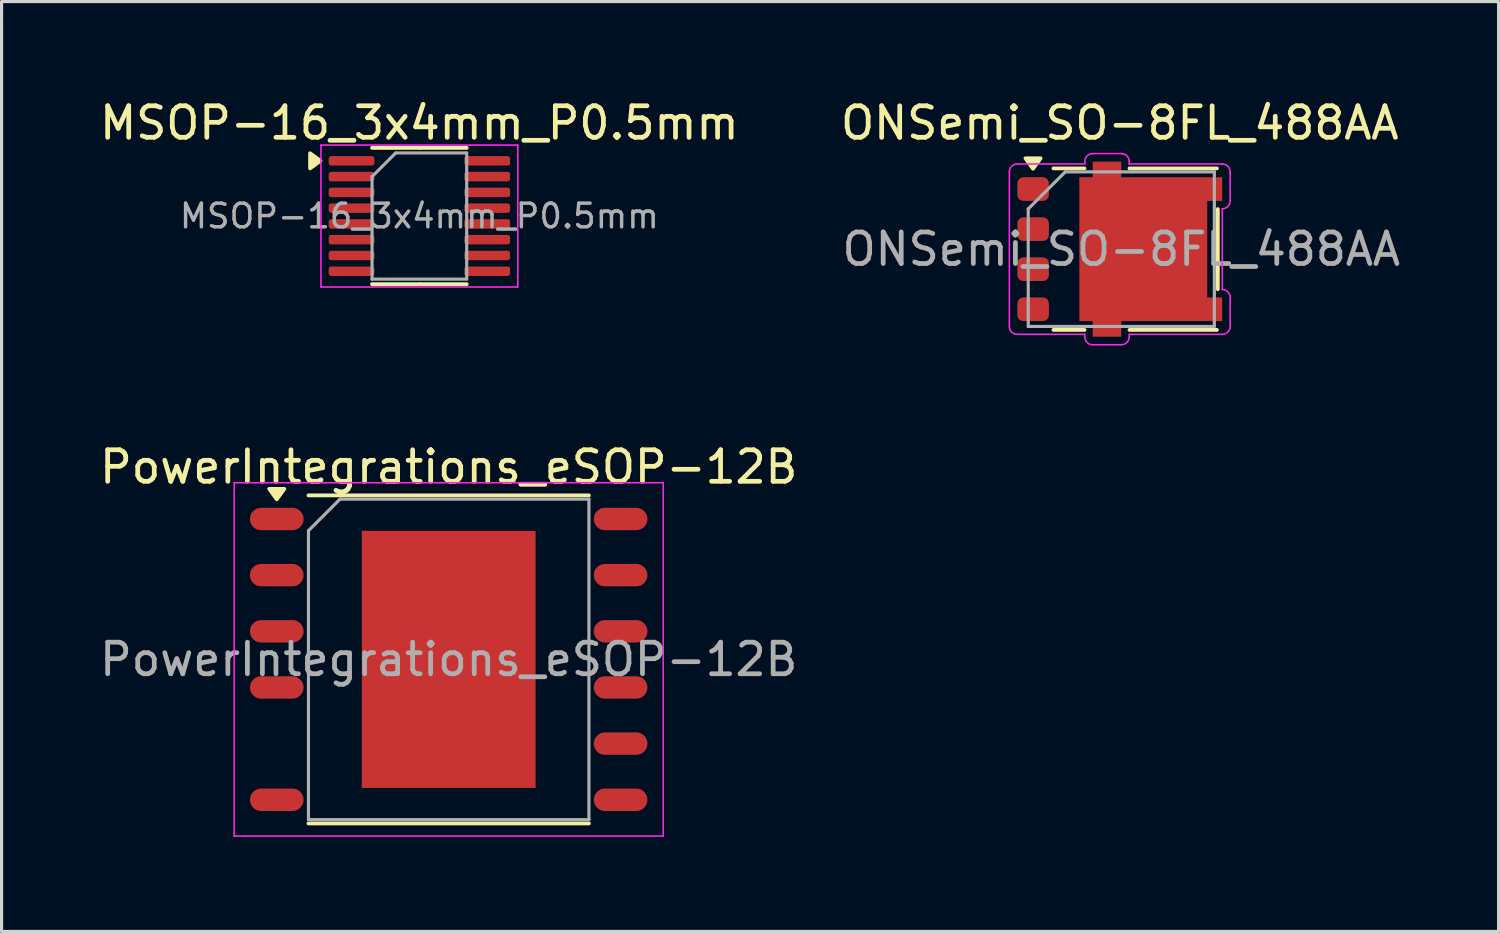
<source format=kicad_pcb>
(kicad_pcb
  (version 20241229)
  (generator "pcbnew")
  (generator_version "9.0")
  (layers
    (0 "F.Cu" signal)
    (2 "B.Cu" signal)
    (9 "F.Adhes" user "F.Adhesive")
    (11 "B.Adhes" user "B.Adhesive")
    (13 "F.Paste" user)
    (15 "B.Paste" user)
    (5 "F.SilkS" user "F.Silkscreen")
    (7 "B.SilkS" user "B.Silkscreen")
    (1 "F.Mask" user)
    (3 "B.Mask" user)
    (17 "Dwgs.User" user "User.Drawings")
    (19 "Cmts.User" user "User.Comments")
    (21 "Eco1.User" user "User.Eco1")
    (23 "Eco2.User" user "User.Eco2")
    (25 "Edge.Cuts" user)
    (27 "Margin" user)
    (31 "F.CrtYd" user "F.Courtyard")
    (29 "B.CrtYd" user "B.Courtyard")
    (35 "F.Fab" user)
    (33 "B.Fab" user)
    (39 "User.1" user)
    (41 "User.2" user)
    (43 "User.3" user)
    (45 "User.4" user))
  (footprint "PowerIntegrations_eSOP-12B"
    (layer "F.Cu")
    (at 11.173 17.852)
    (property "Reference" "PowerIntegrations_eSOP-12B" (at 0 -6.1 0) (layer "F.SilkS") (effects (font (size 1 1) (thickness 0.15))))
    (attr smd)
    (fp_line (start -4.445 -5.2) (end 4.445 -5.2) (stroke (width 0.12) (type solid)) (layer "F.SilkS"))
    (fp_line (start -4.445 5.2) (end 4.445 5.2) (stroke (width 0.12) (type solid)) (layer "F.SilkS"))
    (fp_poly (pts (xy -5.45 -5.075) (xy -5.21 -5.405) (xy -5.69 -5.405) (xy -5.45 -5.075)) (stroke (width 0.12) (type solid)) (fill yes) (layer "F.SilkS"))
    (fp_line (start -6.8 -5.6) (end 6.8 -5.6) (stroke (width 0.05) (type solid)) (layer "F.CrtYd"))
    (fp_line (start -6.8 5.6) (end -6.8 -5.6) (stroke (width 0.05) (type solid)) (layer "F.CrtYd"))
    (fp_line (start 6.8 -5.6) (end 6.8 5.6) (stroke (width 0.05) (type solid)) (layer "F.CrtYd"))
    (fp_line (start 6.8 5.6) (end -6.8 5.6) (stroke (width 0.05) (type solid)) (layer "F.CrtYd"))
    (fp_line (start -4.445 -4.08) (end -4.445 5.08) (stroke (width 0.1) (type solid)) (layer "F.Fab"))
    (fp_line (start -4.445 -4.08) (end -3.445 -5.08) (stroke (width 0.1) (type solid)) (layer "F.Fab"))
    (fp_line (start -4.445 5.08) (end 4.445 5.08) (stroke (width 0.1) (type solid)) (layer "F.Fab"))
    (fp_line (start 4.445 -5.08) (end -3.445 -5.08) (stroke (width 0.1) (type solid)) (layer "F.Fab"))
    (fp_line (start 4.445 5.08) (end 4.445 -5.08) (stroke (width 0.1) (type solid)) (layer "F.Fab"))
    (fp_text user "${REFERENCE}" (at 0 0 0) (layer "F.Fab") (effects (font (size 1 1) (thickness 0.15))))
    (pad "1" smd oval (at -5.45 -4.45 270) (size 0.71 1.7) (layers "F.Cu" "F.Mask" "F.Paste"))
    (pad "2" smd oval (at -5.45 -2.67 270) (size 0.71 1.7) (layers "F.Cu" "F.Mask" "F.Paste"))
    (pad "3" smd oval (at -5.45 -0.89 270) (size 0.71 1.7) (layers "F.Cu" "F.Mask" "F.Paste"))
    (pad "4" smd oval (at -5.45 0.89 270) (size 0.71 1.7) (layers "F.Cu" "F.Mask" "F.Paste"))
    (pad "6" smd oval (at -5.45 4.45 270) (size 0.71 1.7) (layers "F.Cu" "F.Mask" "F.Paste"))
    (pad "7" smd oval (at 5.45 4.45 270) (size 0.71 1.7) (layers "F.Cu" "F.Mask" "F.Paste"))
    (pad "8" smd oval (at 5.45 2.67 270) (size 0.71 1.7) (layers "F.Cu" "F.Mask" "F.Paste"))
    (pad "9" smd oval (at 5.45 0.89 270) (size 0.71 1.7) (layers "F.Cu" "F.Mask" "F.Paste"))
    (pad "10" smd oval (at 5.45 -0.89 270) (size 0.71 1.7) (layers "F.Cu" "F.Mask" "F.Paste"))
    (pad "11" smd oval (at 5.45 -2.67 270) (size 0.71 1.7) (layers "F.Cu" "F.Mask" "F.Paste"))
    (pad "12" smd oval (at 5.45 -4.45 270) (size 0.71 1.7) (layers "F.Cu" "F.Mask" "F.Paste"))
    (pad "13" smd rect (at 0 0 270) (size 8.15 5.51) (layers "F.Cu" "F.Mask" "F.Paste")))
  (footprint "ONSemi_SO-8FL_488AA"
    (layer "F.Cu")
    (at 32.446 4.848)
    (property "Reference" "ONSemi_SO-8FL_488AA" (at 0 -4 0) (layer "F.SilkS") (effects (font (size 1 1) (thickness 0.15))))
    (attr smd)
    (fp_line (start -1.118 -2.56) (end -2.103 -2.56) (stroke (width 0.12) (type solid)) (layer "F.SilkS"))
    (fp_line (start -1.118 2.56) (end -2.103 2.56) (stroke (width 0.12) (type solid)) (layer "F.SilkS"))
    (fp_line (start 3.078 -2.56) (end 0.308 -2.56) (stroke (width 0.12) (type solid)) (layer "F.SilkS"))
    (fp_line (start 3.078 2.56) (end 0.308 2.56) (stroke (width 0.12) (type solid)) (layer "F.SilkS"))
    (fp_line (start 3.108 -1.27) (end 3.108 1.27) (stroke (width 0.12) (type solid)) (layer "F.SilkS"))
    (fp_poly (pts (xy -2.75 -2.55) (xy -2.51 -2.88) (xy -2.99 -2.88) (xy -2.75 -2.55)) (stroke (width 0.12) (type solid)) (fill yes) (layer "F.SilkS"))
    (fp_line (start -3.5 2.45) (end -3.5 -2.45) (stroke (width 0.05) (type solid)) (layer "F.CrtYd"))
    (fp_line (start -3.25 -2.7) (end -1.11 -2.7) (stroke (width 0.05) (type solid)) (layer "F.CrtYd"))
    (fp_line (start -3.25 2.7) (end -1.11 2.7) (stroke (width 0.05) (type solid)) (layer "F.CrtYd"))
    (fp_line (start -1.11 -2.78) (end -1.11 -2.7) (stroke (width 0.05) (type solid)) (layer "F.CrtYd"))
    (fp_line (start -1.11 2.7) (end -1.11 2.78) (stroke (width 0.05) (type solid)) (layer "F.CrtYd"))
    (fp_line (start -0.86 -3.03) (end 0.05 -3.03) (stroke (width 0.05) (type solid)) (layer "F.CrtYd"))
    (fp_line (start -0.86 3.03) (end 0.05 3.03) (stroke (width 0.05) (type solid)) (layer "F.CrtYd"))
    (fp_line (start 0.3 -2.7) (end 0.3 -2.78) (stroke (width 0.05) (type solid)) (layer "F.CrtYd"))
    (fp_line (start 0.3 -2.7) (end 3.25 -2.7) (stroke (width 0.05) (type solid)) (layer "F.CrtYd"))
    (fp_line (start 0.3 2.7) (end 3.25 2.7) (stroke (width 0.05) (type solid)) (layer "F.CrtYd"))
    (fp_line (start 0.3 2.78) (end 0.3 2.7) (stroke (width 0.05) (type solid)) (layer "F.CrtYd"))
    (fp_line (start 3.25 1.28) (end 3.25 -1.28) (stroke (width 0.05) (type solid)) (layer "F.CrtYd"))
    (fp_line (start 3.5 -1.53) (end 3.5 -2.45) (stroke (width 0.05) (type solid)) (layer "F.CrtYd"))
    (fp_line (start 3.5 2.45) (end 3.5 1.53) (stroke (width 0.05) (type solid)) (layer "F.CrtYd"))
    (fp_arc (start -3.5 -2.45) (mid -3.426777 -2.626777) (end -3.25 -2.7) (stroke (width 0.05) (type solid)) (layer "F.CrtYd"))
    (fp_arc (start -3.25 2.7) (mid -3.426777 2.626777) (end -3.5 2.45) (stroke (width 0.05) (type solid)) (layer "F.CrtYd"))
    (fp_arc (start -1.11 -2.78) (mid -1.036777 -2.956777) (end -0.86 -3.03) (stroke (width 0.05) (type solid)) (layer "F.CrtYd"))
    (fp_arc (start -0.86 3.03) (mid -1.036777 2.956777) (end -1.11 2.78) (stroke (width 0.05) (type solid)) (layer "F.CrtYd"))
    (fp_arc (start 0.05 -3.03) (mid 0.226777 -2.956777) (end 0.3 -2.78) (stroke (width 0.05) (type solid)) (layer "F.CrtYd"))
    (fp_arc (start 0.3 2.78) (mid 0.226777 2.956777) (end 0.05 3.03) (stroke (width 0.05) (type solid)) (layer "F.CrtYd"))
    (fp_arc (start 3.25 -2.7) (mid 3.426777 -2.626777) (end 3.5 -2.45) (stroke (width 0.05) (type solid)) (layer "F.CrtYd"))
    (fp_arc (start 3.25 1.28) (mid 3.426777 1.353223) (end 3.5 1.53) (stroke (width 0.05) (type solid)) (layer "F.CrtYd"))
    (fp_arc (start 3.5 -1.53) (mid 3.426777 -1.353223) (end 3.25 -1.28) (stroke (width 0.05) (type solid)) (layer "F.CrtYd"))
    (fp_arc (start 3.5 2.45) (mid 3.426777 2.626777) (end 3.25 2.7) (stroke (width 0.05) (type solid)) (layer "F.CrtYd"))
    (fp_line (start -2.902 -1.275) (end -2.902 2.45) (stroke (width 0.1) (type solid)) (layer "F.Fab"))
    (fp_line (start -1.727 -2.45) (end -2.902 -1.275) (stroke (width 0.1) (type solid)) (layer "F.Fab"))
    (fp_line (start 2.998 -2.45) (end -1.727 -2.45) (stroke (width 0.1) (type solid)) (layer "F.Fab"))
    (fp_line (start 2.998 -2.45) (end 2.998 2.45) (stroke (width 0.1) (type solid)) (layer "F.Fab"))
    (fp_line (start 2.998 2.45) (end -2.902 2.45) (stroke (width 0.1) (type solid)) (layer "F.Fab"))
    (fp_text user "${REFERENCE}" (at 0.048 0 0) (layer "F.Fab") (effects (font (size 1 1) (thickness 0.15))))
    (pad "1" smd roundrect (at -2.747 -1.905) (size 1 0.75) (layers "F.Cu" "F.Mask" "F.Paste") (roundrect_rratio 0.25))
    (pad "2" smd roundrect (at -2.747 -0.635) (size 1 0.75) (layers "F.Cu" "F.Mask" "F.Paste") (roundrect_rratio 0.25))
    (pad "3" smd roundrect (at -2.747 0.635) (size 1 0.75) (layers "F.Cu" "F.Mask" "F.Paste") (roundrect_rratio 0.25))
    (pad "4" smd roundrect (at -2.747 1.905) (size 1 0.75) (layers "F.Cu" "F.Mask" "F.Paste") (roundrect_rratio 0.25))
    (pad "5" smd custom (at 0.745 0) (size 4.055 4.56) (layers "F.Cu" "F.Mask" "F.Paste") (options (anchor rect)) (primitives (gr_poly (pts (xy -0.698 -2.28) (xy 2.502 -2.28) (xy 2.502 -1.53) (xy 1.905 -1.53) (xy 1.905 1.53) (xy 2.502 1.53) (xy 2.502 2.28) (xy -0.698 2.28) (xy -0.698 2.775) (xy -1.603 2.775) (xy -1.603 -2.775) (xy -0.698 -2.775)) (width 0) (fill yes)))))
  (footprint "MSOP-16_3x4mm_P0.5mm"
    (layer "F.Cu")
    (at 10.244 3.798)
    (property "Reference" "MSOP-16_3x4mm_P0.5mm" (at 0 -2.95 0) (layer "F.SilkS") (effects (font (size 1 1) (thickness 0.15))))
    (attr smd)
    (fp_line (start 0 -2.16) (end -1.5 -2.16) (stroke (width 0.12) (type solid)) (layer "F.SilkS"))
    (fp_line (start 0 -2.16) (end 1.5 -2.16) (stroke (width 0.12) (type solid)) (layer "F.SilkS"))
    (fp_line (start 0 2.16) (end -1.5 2.16) (stroke (width 0.12) (type solid)) (layer "F.SilkS"))
    (fp_line (start 0 2.16) (end 1.5 2.16) (stroke (width 0.12) (type solid)) (layer "F.SilkS"))
    (fp_poly (pts (xy -3.135 -1.75) (xy -3.465 -1.99) (xy -3.465 -1.51) (xy -3.135 -1.75)) (stroke (width 0.12) (type solid)) (fill yes) (layer "F.SilkS"))
    (fp_line (start -3.12 -2.25) (end -3.12 2.25) (stroke (width 0.05) (type solid)) (layer "F.CrtYd"))
    (fp_line (start -3.12 2.25) (end 3.12 2.25) (stroke (width 0.05) (type solid)) (layer "F.CrtYd"))
    (fp_line (start 3.12 -2.25) (end -3.12 -2.25) (stroke (width 0.05) (type solid)) (layer "F.CrtYd"))
    (fp_line (start 3.12 2.25) (end 3.12 -2.25) (stroke (width 0.05) (type solid)) (layer "F.CrtYd"))
    (fp_line (start -1.5 -1.25) (end -0.75 -2) (stroke (width 0.1) (type solid)) (layer "F.Fab"))
    (fp_line (start -1.5 2) (end -1.5 -1.25) (stroke (width 0.1) (type solid)) (layer "F.Fab"))
    (fp_line (start -0.75 -2) (end 1.5 -2) (stroke (width 0.1) (type solid)) (layer "F.Fab"))
    (fp_line (start 1.5 -2) (end 1.5 2) (stroke (width 0.1) (type solid)) (layer "F.Fab"))
    (fp_line (start 1.5 2) (end -1.5 2) (stroke (width 0.1) (type solid)) (layer "F.Fab"))
    (fp_text user "${REFERENCE}" (at 0 0 0) (layer "F.Fab") (effects (font (size 0.75 0.75) (thickness 0.11))))
    (pad "1" smd roundrect (at -2.15 -1.75) (size 1.45 0.3) (layers "F.Cu" "F.Mask" "F.Paste") (roundrect_rratio 0.25))
    (pad "2" smd roundrect (at -2.15 -1.25) (size 1.45 0.3) (layers "F.Cu" "F.Mask" "F.Paste") (roundrect_rratio 0.25))
    (pad "3" smd roundrect (at -2.15 -0.75) (size 1.45 0.3) (layers "F.Cu" "F.Mask" "F.Paste") (roundrect_rratio 0.25))
    (pad "4" smd roundrect (at -2.15 -0.25) (size 1.45 0.3) (layers "F.Cu" "F.Mask" "F.Paste") (roundrect_rratio 0.25))
    (pad "5" smd roundrect (at -2.15 0.25) (size 1.45 0.3) (layers "F.Cu" "F.Mask" "F.Paste") (roundrect_rratio 0.25))
    (pad "6" smd roundrect (at -2.15 0.75) (size 1.45 0.3) (layers "F.Cu" "F.Mask" "F.Paste") (roundrect_rratio 0.25))
    (pad "7" smd roundrect (at -2.15 1.25) (size 1.45 0.3) (layers "F.Cu" "F.Mask" "F.Paste") (roundrect_rratio 0.25))
    (pad "8" smd roundrect (at -2.15 1.75) (size 1.45 0.3) (layers "F.Cu" "F.Mask" "F.Paste") (roundrect_rratio 0.25))
    (pad "9" smd roundrect (at 2.15 1.75) (size 1.45 0.3) (layers "F.Cu" "F.Mask" "F.Paste") (roundrect_rratio 0.25))
    (pad "10" smd roundrect (at 2.15 1.25) (size 1.45 0.3) (layers "F.Cu" "F.Mask" "F.Paste") (roundrect_rratio 0.25))
    (pad "11" smd roundrect (at 2.15 0.75) (size 1.45 0.3) (layers "F.Cu" "F.Mask" "F.Paste") (roundrect_rratio 0.25))
    (pad "12" smd roundrect (at 2.15 0.25) (size 1.45 0.3) (layers "F.Cu" "F.Mask" "F.Paste") (roundrect_rratio 0.25))
    (pad "13" smd roundrect (at 2.15 -0.25) (size 1.45 0.3) (layers "F.Cu" "F.Mask" "F.Paste") (roundrect_rratio 0.25))
    (pad "14" smd roundrect (at 2.15 -0.75) (size 1.45 0.3) (layers "F.Cu" "F.Mask" "F.Paste") (roundrect_rratio 0.25))
    (pad "15" smd roundrect (at 2.15 -1.25) (size 1.45 0.3) (layers "F.Cu" "F.Mask" "F.Paste") (roundrect_rratio 0.25))
    (pad "16" smd roundrect (at 2.15 -1.75) (size 1.45 0.3) (layers "F.Cu" "F.Mask" "F.Paste") (roundrect_rratio 0.25)))
  (gr_rect
    (start -3 -3)
    (end 44.453 26.477)
    (stroke (width 0.1) (type default))
    (fill no)
    (layer "Edge.Cuts")))
</source>
